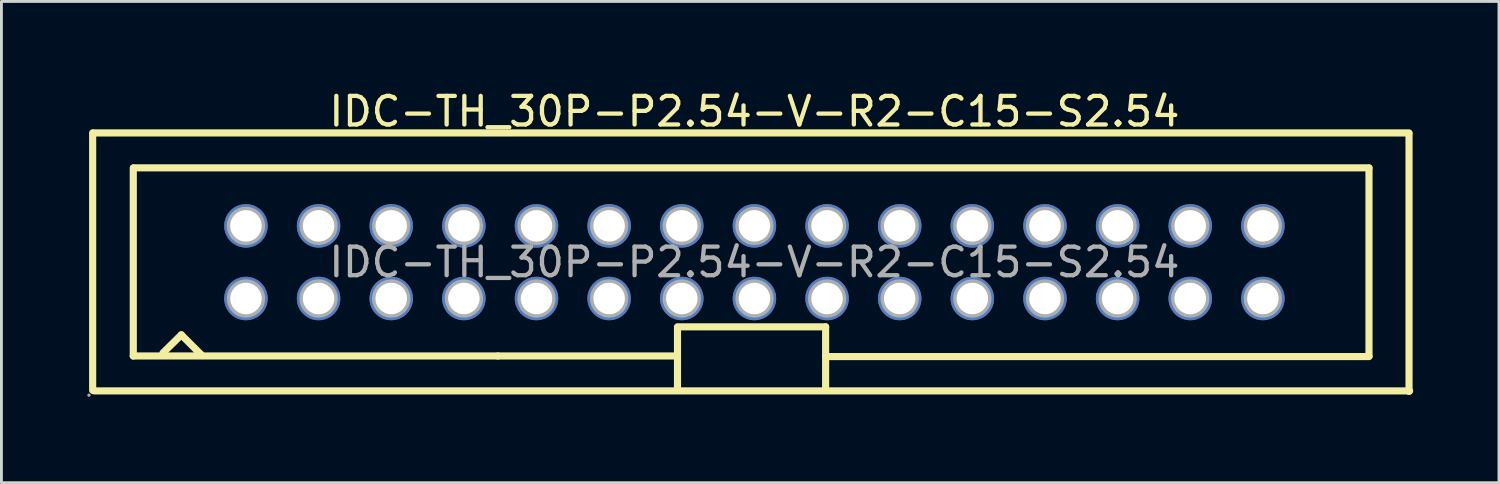
<source format=kicad_pcb>
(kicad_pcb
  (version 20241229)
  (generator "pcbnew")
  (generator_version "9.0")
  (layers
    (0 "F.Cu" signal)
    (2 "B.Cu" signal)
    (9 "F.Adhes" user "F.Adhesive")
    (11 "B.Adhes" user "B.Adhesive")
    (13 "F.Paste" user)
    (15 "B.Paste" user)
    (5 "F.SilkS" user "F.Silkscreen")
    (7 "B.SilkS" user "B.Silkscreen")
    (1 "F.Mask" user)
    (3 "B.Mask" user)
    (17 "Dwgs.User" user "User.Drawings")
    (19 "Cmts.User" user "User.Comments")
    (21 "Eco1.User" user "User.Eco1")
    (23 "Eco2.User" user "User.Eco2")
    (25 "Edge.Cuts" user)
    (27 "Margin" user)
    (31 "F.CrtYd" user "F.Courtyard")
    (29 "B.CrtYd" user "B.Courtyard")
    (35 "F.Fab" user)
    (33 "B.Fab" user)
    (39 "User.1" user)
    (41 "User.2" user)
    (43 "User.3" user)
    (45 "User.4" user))
  (footprint "IDC-TH_30P-P2.54-V-R2-C15-S2.54"
    (layer "F.Cu")
    (at 23.33 6.118)
    (property "Reference" "IDC-TH_30P-P2.54-V-R2-C15-S2.54" (at 0 -5.27 0) (layer "F.SilkS") (effects (font (size 1 1) (thickness 0.15))))
    (attr through_hole)
    (fp_line (start -23.14 4.48) (end -23.14 -4.52) (stroke (width 0.25) (type solid)) (layer "F.SilkS"))
    (fp_line (start -23.11 -4.52) (end 22.89 -4.52) (stroke (width 0.25) (type solid)) (layer "F.SilkS"))
    (fp_line (start -23.09 4.5) (end 22.91 4.5) (stroke (width 0.25) (type solid)) (layer "F.SilkS"))
    (fp_line (start -21.72 3.28) (end -21.72 -3.29) (stroke (width 0.25) (type solid)) (layer "F.SilkS"))
    (fp_line (start -21.72 3.28) (end -8.97 3.28) (stroke (width 0.25) (type solid)) (layer "F.SilkS"))
    (fp_line (start -21.71 -3.3) (end 21.49 -3.3) (stroke (width 0.25) (type solid)) (layer "F.SilkS"))
    (fp_line (start -20.68 3.17) (end -20.04 2.54) (stroke (width 0.25) (type solid)) (layer "F.SilkS"))
    (fp_line (start -20.04 2.54) (end -19.35 3.23) (stroke (width 0.25) (type solid)) (layer "F.SilkS"))
    (fp_line (start -19.35 3.23) (end -19.35 3.25) (stroke (width 0.25) (type solid)) (layer "F.SilkS"))
    (fp_line (start -8.97 3.28) (end -2.72 3.28) (stroke (width 0.25) (type solid)) (layer "F.SilkS"))
    (fp_line (start -2.69 2.26) (end 2.49 2.26) (stroke (width 0.25) (type solid)) (layer "F.SilkS"))
    (fp_line (start -2.69 2.31) (end -2.69 4.47) (stroke (width 0.25) (type solid)) (layer "F.SilkS"))
    (fp_line (start 2.49 2.26) (end 2.49 4.47) (stroke (width 0.25) (type solid)) (layer "F.SilkS"))
    (fp_line (start 2.49 3.3) (end 21.49 3.3) (stroke (width 0.25) (type solid)) (layer "F.SilkS"))
    (fp_line (start 2.49 4.47) (end 2.49 4.47) (stroke (width 0.25) (type solid)) (layer "F.SilkS"))
    (fp_line (start 21.49 -3.29) (end 21.49 3.28) (stroke (width 0.25) (type solid)) (layer "F.SilkS"))
    (fp_line (start 22.89 -4.48) (end 22.89 4.52) (stroke (width 0.25) (type solid)) (layer "F.SilkS"))
    (fp_circle (center -23.27 4.65) (end -23.24 4.65) (stroke (width 0.06) (type solid)) (fill no) (layer "F.Fab"))
    (fp_circle (center -17.78 -1.27) (end -17.56 -1.27) (stroke (width 0.45) (type solid)) (fill no) (layer "F.Fab"))
    (fp_circle (center -17.78 1.27) (end -17.56 1.27) (stroke (width 0.45) (type solid)) (fill no) (layer "F.Fab"))
    (fp_circle (center -15.24 -1.27) (end -15.02 -1.27) (stroke (width 0.45) (type solid)) (fill no) (layer "F.Fab"))
    (fp_circle (center -15.24 1.27) (end -15.02 1.27) (stroke (width 0.45) (type solid)) (fill no) (layer "F.Fab"))
    (fp_circle (center -12.7 -1.27) (end -12.48 -1.27) (stroke (width 0.45) (type solid)) (fill no) (layer "F.Fab"))
    (fp_circle (center -12.7 1.27) (end -12.48 1.27) (stroke (width 0.45) (type solid)) (fill no) (layer "F.Fab"))
    (fp_circle (center -10.16 -1.27) (end -9.94 -1.27) (stroke (width 0.45) (type solid)) (fill no) (layer "F.Fab"))
    (fp_circle (center -10.16 1.27) (end -9.94 1.27) (stroke (width 0.45) (type solid)) (fill no) (layer "F.Fab"))
    (fp_circle (center -7.62 -1.27) (end -7.4 -1.27) (stroke (width 0.45) (type solid)) (fill no) (layer "F.Fab"))
    (fp_circle (center -7.62 1.27) (end -7.4 1.27) (stroke (width 0.45) (type solid)) (fill no) (layer "F.Fab"))
    (fp_circle (center -5.08 -1.27) (end -4.86 -1.27) (stroke (width 0.45) (type solid)) (fill no) (layer "F.Fab"))
    (fp_circle (center -5.08 1.27) (end -4.86 1.27) (stroke (width 0.45) (type solid)) (fill no) (layer "F.Fab"))
    (fp_circle (center -2.54 -1.27) (end -2.32 -1.27) (stroke (width 0.45) (type solid)) (fill no) (layer "F.Fab"))
    (fp_circle (center -2.54 1.27) (end -2.32 1.27) (stroke (width 0.45) (type solid)) (fill no) (layer "F.Fab"))
    (fp_circle (center 0 -1.27) (end 0.22 -1.27) (stroke (width 0.45) (type solid)) (fill no) (layer "F.Fab"))
    (fp_circle (center 0 1.27) (end 0.22 1.27) (stroke (width 0.45) (type solid)) (fill no) (layer "F.Fab"))
    (fp_circle (center 2.54 -1.27) (end 2.76 -1.27) (stroke (width 0.45) (type solid)) (fill no) (layer "F.Fab"))
    (fp_circle (center 2.54 1.27) (end 2.76 1.27) (stroke (width 0.45) (type solid)) (fill no) (layer "F.Fab"))
    (fp_circle (center 5.08 -1.27) (end 5.3 -1.27) (stroke (width 0.45) (type solid)) (fill no) (layer "F.Fab"))
    (fp_circle (center 5.08 1.27) (end 5.3 1.27) (stroke (width 0.45) (type solid)) (fill no) (layer "F.Fab"))
    (fp_circle (center 7.62 -1.27) (end 7.84 -1.27) (stroke (width 0.45) (type solid)) (fill no) (layer "F.Fab"))
    (fp_circle (center 7.62 1.27) (end 7.84 1.27) (stroke (width 0.45) (type solid)) (fill no) (layer "F.Fab"))
    (fp_circle (center 10.16 -1.27) (end 10.38 -1.27) (stroke (width 0.45) (type solid)) (fill no) (layer "F.Fab"))
    (fp_circle (center 10.16 1.27) (end 10.38 1.27) (stroke (width 0.45) (type solid)) (fill no) (layer "F.Fab"))
    (fp_circle (center 12.7 -1.27) (end 12.92 -1.27) (stroke (width 0.45) (type solid)) (fill no) (layer "F.Fab"))
    (fp_circle (center 12.7 1.27) (end 12.92 1.27) (stroke (width 0.45) (type solid)) (fill no) (layer "F.Fab"))
    (fp_circle (center 15.24 -1.27) (end 15.46 -1.27) (stroke (width 0.45) (type solid)) (fill no) (layer "F.Fab"))
    (fp_circle (center 15.24 1.27) (end 15.46 1.27) (stroke (width 0.45) (type solid)) (fill no) (layer "F.Fab"))
    (fp_circle (center 17.78 -1.27) (end 18 -1.27) (stroke (width 0.45) (type solid)) (fill no) (layer "F.Fab"))
    (fp_circle (center 17.78 1.27) (end 18 1.27) (stroke (width 0.45) (type solid)) (fill no) (layer "F.Fab"))
    (fp_text user "${REFERENCE}" (at 0 0 0) (layer "F.Fab") (effects (font (size 1 1) (thickness 0.15))))
    (pad "1" thru_hole circle (at -17.78 1.27) (size 1.52 1.52) (drill 1.1) (layers "*.Cu" "*.Paste" "*.Mask"))
    (pad "2" thru_hole circle (at -17.78 -1.27) (size 1.52 1.52) (drill 1.1) (layers "*.Cu" "*.Paste" "*.Mask"))
    (pad "3" thru_hole circle (at -15.24 1.27) (size 1.52 1.52) (drill 1.1) (layers "*.Cu" "*.Paste" "*.Mask"))
    (pad "4" thru_hole circle (at -15.24 -1.27) (size 1.52 1.52) (drill 1.1) (layers "*.Cu" "*.Paste" "*.Mask"))
    (pad "5" thru_hole circle (at -12.7 1.27) (size 1.52 1.52) (drill 1.1) (layers "*.Cu" "*.Paste" "*.Mask"))
    (pad "6" thru_hole circle (at -12.7 -1.27) (size 1.52 1.52) (drill 1.1) (layers "*.Cu" "*.Paste" "*.Mask"))
    (pad "7" thru_hole circle (at -10.16 1.27) (size 1.52 1.52) (drill 1.1) (layers "*.Cu" "*.Paste" "*.Mask"))
    (pad "8" thru_hole circle (at -10.16 -1.27) (size 1.52 1.52) (drill 1.1) (layers "*.Cu" "*.Paste" "*.Mask"))
    (pad "9" thru_hole circle (at -7.62 1.27) (size 1.52 1.52) (drill 1.1) (layers "*.Cu" "*.Paste" "*.Mask"))
    (pad "10" thru_hole circle (at -7.62 -1.27) (size 1.52 1.52) (drill 1.1) (layers "*.Cu" "*.Paste" "*.Mask"))
    (pad "11" thru_hole circle (at -5.08 1.27) (size 1.52 1.52) (drill 1.1) (layers "*.Cu" "*.Paste" "*.Mask"))
    (pad "12" thru_hole circle (at -5.08 -1.27) (size 1.52 1.52) (drill 1.1) (layers "*.Cu" "*.Paste" "*.Mask"))
    (pad "13" thru_hole circle (at -2.54 1.27) (size 1.52 1.52) (drill 1.1) (layers "*.Cu" "*.Paste" "*.Mask"))
    (pad "14" thru_hole circle (at -2.54 -1.27) (size 1.52 1.52) (drill 1.1) (layers "*.Cu" "*.Paste" "*.Mask"))
    (pad "15" thru_hole circle (at 0 1.27) (size 1.52 1.52) (drill 1.1) (layers "*.Cu" "*.Paste" "*.Mask"))
    (pad "16" thru_hole circle (at 0 -1.27) (size 1.52 1.52) (drill 1.1) (layers "*.Cu" "*.Paste" "*.Mask"))
    (pad "17" thru_hole circle (at 2.54 1.27) (size 1.52 1.52) (drill 1.1) (layers "*.Cu" "*.Paste" "*.Mask"))
    (pad "18" thru_hole circle (at 2.54 -1.27) (size 1.52 1.52) (drill 1.1) (layers "*.Cu" "*.Paste" "*.Mask"))
    (pad "19" thru_hole circle (at 5.08 1.27) (size 1.52 1.52) (drill 1.1) (layers "*.Cu" "*.Paste" "*.Mask"))
    (pad "20" thru_hole circle (at 5.08 -1.27) (size 1.52 1.52) (drill 1.1) (layers "*.Cu" "*.Paste" "*.Mask"))
    (pad "21" thru_hole circle (at 7.62 1.27) (size 1.52 1.52) (drill 1.1) (layers "*.Cu" "*.Paste" "*.Mask"))
    (pad "22" thru_hole circle (at 7.62 -1.27) (size 1.52 1.52) (drill 1.1) (layers "*.Cu" "*.Paste" "*.Mask"))
    (pad "23" thru_hole circle (at 10.16 1.27) (size 1.52 1.52) (drill 1.1) (layers "*.Cu" "*.Paste" "*.Mask"))
    (pad "24" thru_hole circle (at 10.16 -1.27) (size 1.52 1.52) (drill 1.1) (layers "*.Cu" "*.Paste" "*.Mask"))
    (pad "25" thru_hole circle (at 12.7 1.27) (size 1.52 1.52) (drill 1.1) (layers "*.Cu" "*.Paste" "*.Mask"))
    (pad "26" thru_hole circle (at 12.7 -1.27) (size 1.52 1.52) (drill 1.1) (layers "*.Cu" "*.Paste" "*.Mask"))
    (pad "27" thru_hole circle (at 15.24 1.27) (size 1.52 1.52) (drill 1.1) (layers "*.Cu" "*.Paste" "*.Mask"))
    (pad "28" thru_hole circle (at 15.24 -1.27) (size 1.52 1.52) (drill 1.1) (layers "*.Cu" "*.Paste" "*.Mask"))
    (pad "29" thru_hole circle (at 17.78 1.27) (size 1.52 1.52) (drill 1.1) (layers "*.Cu" "*.Paste" "*.Mask"))
    (pad "30" thru_hole circle (at 17.78 -1.27) (size 1.52 1.52) (drill 1.1) (layers "*.Cu" "*.Paste" "*.Mask")))
  (gr_rect
    (start -3 -3)
    (end 49.365 13.828)
    (stroke (width 0.1) (type default))
    (fill no)
    (layer "Edge.Cuts")))
</source>
